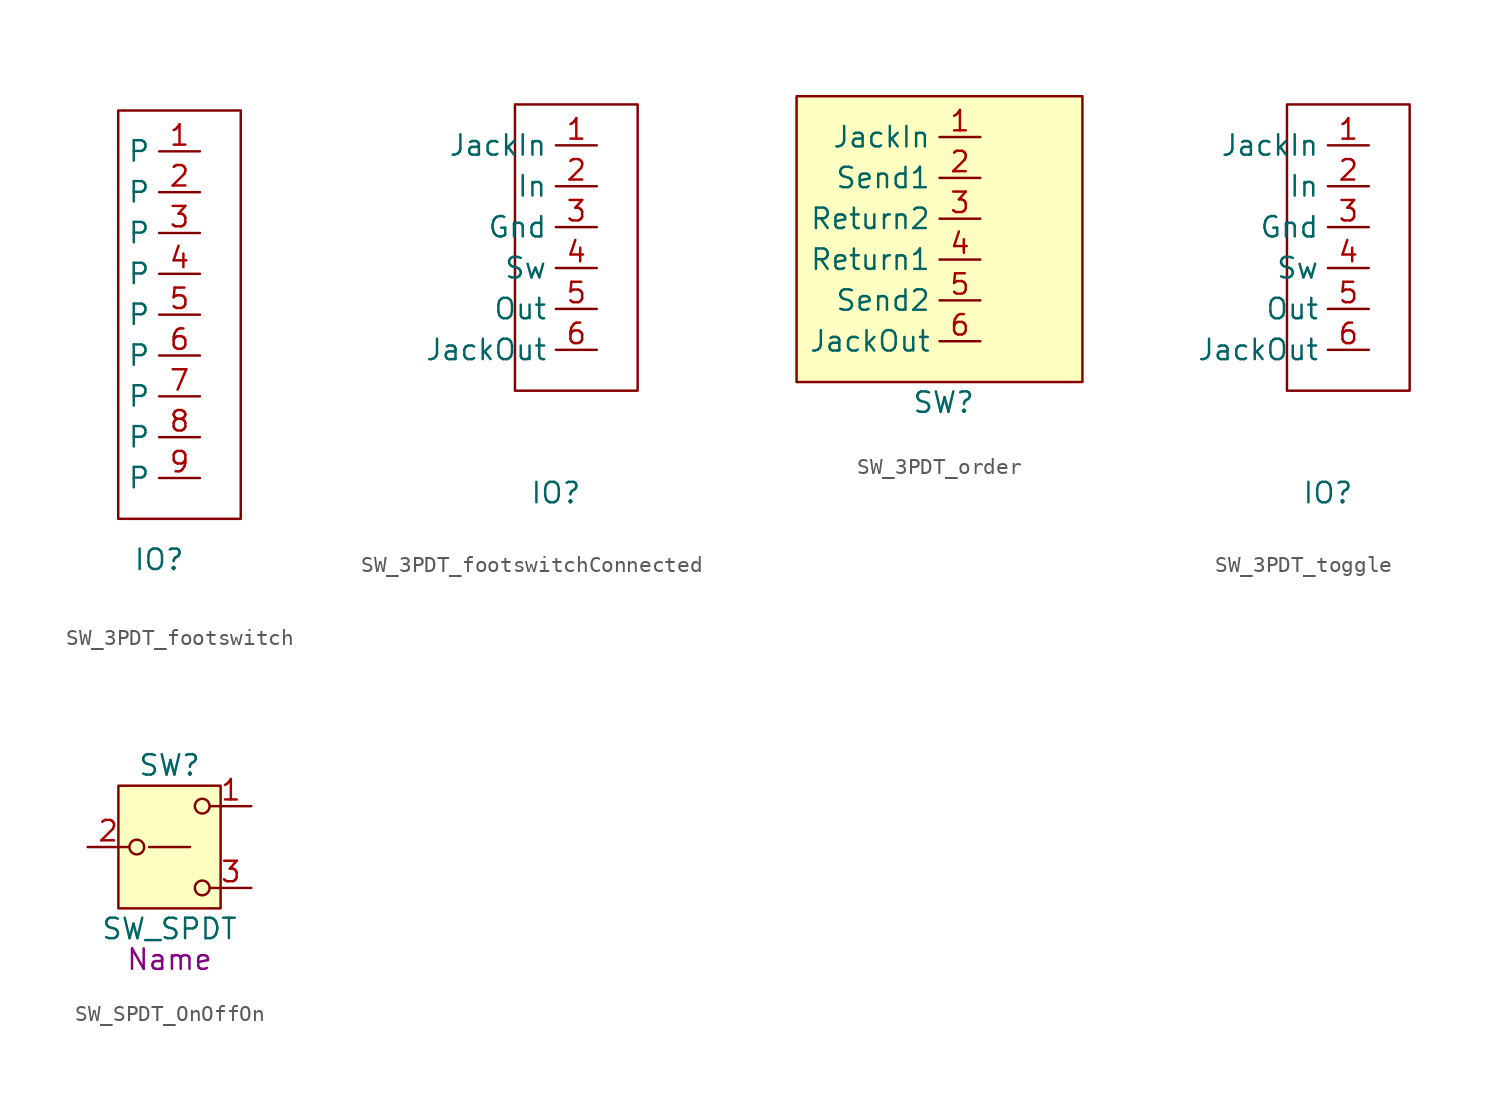
<source format=kicad_sym>
(kicad_symbol_lib
  (version 20231120)
  (generator "kicad_symbol_editor")
  (generator_version "8.0")
  (symbol "SW_3PDT_footswitch"
    (property "Reference" "IO"
      (at 0 -15.24 0)
      (effects (font (size 1.27 1.27))))
    (symbol "SW_3PDT_footswitch_0_1"
      (rectangle (start -2.54 -12.7) (end 5.08 12.7) (stroke (width 0) (type default)) (fill (type none))))
    (symbol "SW_3PDT_footswitch_1_1"
      (pin passive line (at 2.54 10.16 180) (length 2.54) (name "P" (effects (font (size 1.27 1.27)))) (number "1" (effects (font (size 1.27 1.27)))))
      (pin passive line (at 2.54 7.62 180) (length 2.54) (name "P" (effects (font (size 1.27 1.27)))) (number "2" (effects (font (size 1.27 1.27)))))
      (pin passive line (at 2.54 5.08 180) (length 2.54) (name "P" (effects (font (size 1.27 1.27)))) (number "3" (effects (font (size 1.27 1.27)))))
      (pin passive line (at 2.54 2.54 180) (length 2.54) (name "P" (effects (font (size 1.27 1.27)))) (number "4" (effects (font (size 1.27 1.27)))))
      (pin passive line (at 2.54 0 180) (length 2.54) (name "P" (effects (font (size 1.27 1.27)))) (number "5" (effects (font (size 1.27 1.27)))))
      (pin passive line (at 2.54 -2.54 180) (length 2.54) (name "P" (effects (font (size 1.27 1.27)))) (number "6" (effects (font (size 1.27 1.27)))))
      (pin passive line (at 2.54 -5.08 180) (length 2.54) (name "P" (effects (font (size 1.27 1.27)))) (number "7" (effects (font (size 1.27 1.27)))))
      (pin passive line (at 2.54 -7.62 180) (length 2.54) (name "P" (effects (font (size 1.27 1.27)))) (number "8" (effects (font (size 1.27 1.27)))))
      (pin passive line (at 2.54 -10.16 180) (length 2.54) (name "P" (effects (font (size 1.27 1.27)))) (number "9" (effects (font (size 1.27 1.27)))))))
  (symbol "SW_3PDT_footswitchConnected"
    (property "Reference" "IO"
      (at 0 -15.24 0)
      (effects (font (size 1.27 1.27))))
    (symbol "SW_3PDT_footswitchConnected_0_1"
      (rectangle (start -2.54 8.89) (end 5.08 -8.89) (stroke (width 0) (type default)) (fill (type none))))
    (symbol "SW_3PDT_footswitchConnected_1_1"
      (pin passive line (at 2.54 6.35 180) (length 2.54) (name "JackIn" (effects (font (size 1.27 1.27)))) (number "1" (effects (font (size 1.27 1.27)))))
      (pin passive line (at 2.54 3.81 180) (length 2.54) (name "In" (effects (font (size 1.27 1.27)))) (number "2" (effects (font (size 1.27 1.27)))))
      (pin passive line (at 2.54 1.27 180) (length 2.54) (name "Gnd" (effects (font (size 1.27 1.27)))) (number "3" (effects (font (size 1.27 1.27)))))
      (pin passive line (at 2.54 -1.27 180) (length 2.54) (name "Sw" (effects (font (size 1.27 1.27)))) (number "4" (effects (font (size 1.27 1.27)))))
      (pin passive line (at 2.54 -3.81 180) (length 2.54) (name "Out" (effects (font (size 1.27 1.27)))) (number "5" (effects (font (size 1.27 1.27)))))
      (pin passive line (at 2.54 -6.35 180) (length 2.54) (name "JackOut" (effects (font (size 1.27 1.27)))) (number "6" (effects (font (size 1.27 1.27)))))))
  (symbol "SW_3PDT_order"
    (property "Reference" "SW"
      (at 0.254 -10.16 0)
      (effects (font (size 1.27 1.27))))
    (symbol "SW_3PDT_order_1_1"
      (rectangle (start -8.89 8.89) (end 8.89 -8.89) (stroke (width 0) (type default)) (fill (type background)))
      (pin input line (at 2.54 6.35 180) (length 2.54) (name "JackIn" (effects (font (size 1.27 1.27)))) (number "1" (effects (font (size 1.27 1.27)))))
      (pin input line (at 2.54 3.81 180) (length 2.54) (name "Send1" (effects (font (size 1.27 1.27)))) (number "2" (effects (font (size 1.27 1.27)))))
      (pin input line (at 2.54 1.27 180) (length 2.54) (name "Return2" (effects (font (size 1.27 1.27)))) (number "3" (effects (font (size 1.27 1.27)))))
      (pin input line (at 2.54 -1.27 180) (length 2.54) (name "Return1" (effects (font (size 1.27 1.27)))) (number "4" (effects (font (size 1.27 1.27)))))
      (pin input line (at 2.54 -3.81 180) (length 2.54) (name "Send2" (effects (font (size 1.27 1.27)))) (number "5" (effects (font (size 1.27 1.27)))))
      (pin input line (at 2.54 -6.35 180) (length 2.54) (name "JackOut" (effects (font (size 1.27 1.27)))) (number "6" (effects (font (size 1.27 1.27)))))))
  (symbol "SW_3PDT_toggle"
    (property "Reference" "IO"
      (at 0 -15.24 0)
      (effects (font (size 1.27 1.27))))
    (symbol "SW_3PDT_toggle_0_1"
      (rectangle (start -2.54 8.89) (end 5.08 -8.89) (stroke (width 0) (type default)) (fill (type none))))
    (symbol "SW_3PDT_toggle_1_1"
      (pin passive line (at 2.54 6.35 180) (length 2.54) (name "JackIn" (effects (font (size 1.27 1.27)))) (number "1" (effects (font (size 1.27 1.27)))))
      (pin passive line (at 2.54 3.81 180) (length 2.54) (name "In" (effects (font (size 1.27 1.27)))) (number "2" (effects (font (size 1.27 1.27)))))
      (pin passive line (at 2.54 1.27 180) (length 2.54) (name "Gnd" (effects (font (size 1.27 1.27)))) (number "3" (effects (font (size 1.27 1.27)))))
      (pin passive line (at 2.54 -1.27 180) (length 2.54) (name "Sw" (effects (font (size 1.27 1.27)))) (number "4" (effects (font (size 1.27 1.27)))))
      (pin passive line (at 2.54 -3.81 180) (length 2.54) (name "Out" (effects (font (size 1.27 1.27)))) (number "5" (effects (font (size 1.27 1.27)))))
      (pin passive line (at 2.54 -6.35 180) (length 2.54) (name "JackOut" (effects (font (size 1.27 1.27)))) (number "6" (effects (font (size 1.27 1.27)))))))
  (symbol "SW_SPDT_OnOffOn"
    (pin_names
      (offset 0) hide)
    (property "Reference" "SW"
      (at 0 5.08 0)
      (effects (font (size 1.27 1.27))))
    (property "Value" "SW_SPDT"
      (at 0 -5.08 0)
      (effects (font (size 1.27 1.27))))
    (property "Description" "Name"
      (at 0 -6.985 0)
      (do_not_autoplace)
      (effects (font (size 1.27 1.27))))
    (symbol "SW_SPDT_OnOffOn_0_1"
      (circle (center -2.032 0) (radius 0.457) (stroke (width 0) (type default)) (fill (type none)))
      (polyline (pts (xy -1.27 0) (xy 1.27 0)) (stroke (width 0) (type default)) (fill (type none)))
      (circle (center 2.032 -2.54) (radius 0.457) (stroke (width 0) (type default)) (fill (type none)))
      (circle (center 2.032 2.54) (radius 0.457) (stroke (width 0) (type default)) (fill (type none))))
    (symbol "SW_SPDT_OnOffOn_1_1"
      (rectangle (start -3.175 3.81) (end 3.175 -3.81) (stroke (width 0) (type default)) (fill (type background)))
      (pin passive line (at 5.08 2.54 180) (length 2.54) (name "A" (effects (font (size 1.27 1.27)))) (number "1" (effects (font (size 1.27 1.27)))))
      (pin passive line (at -5.08 0 0) (length 2.54) (name "B" (effects (font (size 1.27 1.27)))) (number "2" (effects (font (size 1.27 1.27)))))
      (pin passive line (at 5.08 -2.54 180) (length 2.54) (name "C" (effects (font (size 1.27 1.27)))) (number "3" (effects (font (size 1.27 1.27))))))))
</source>
